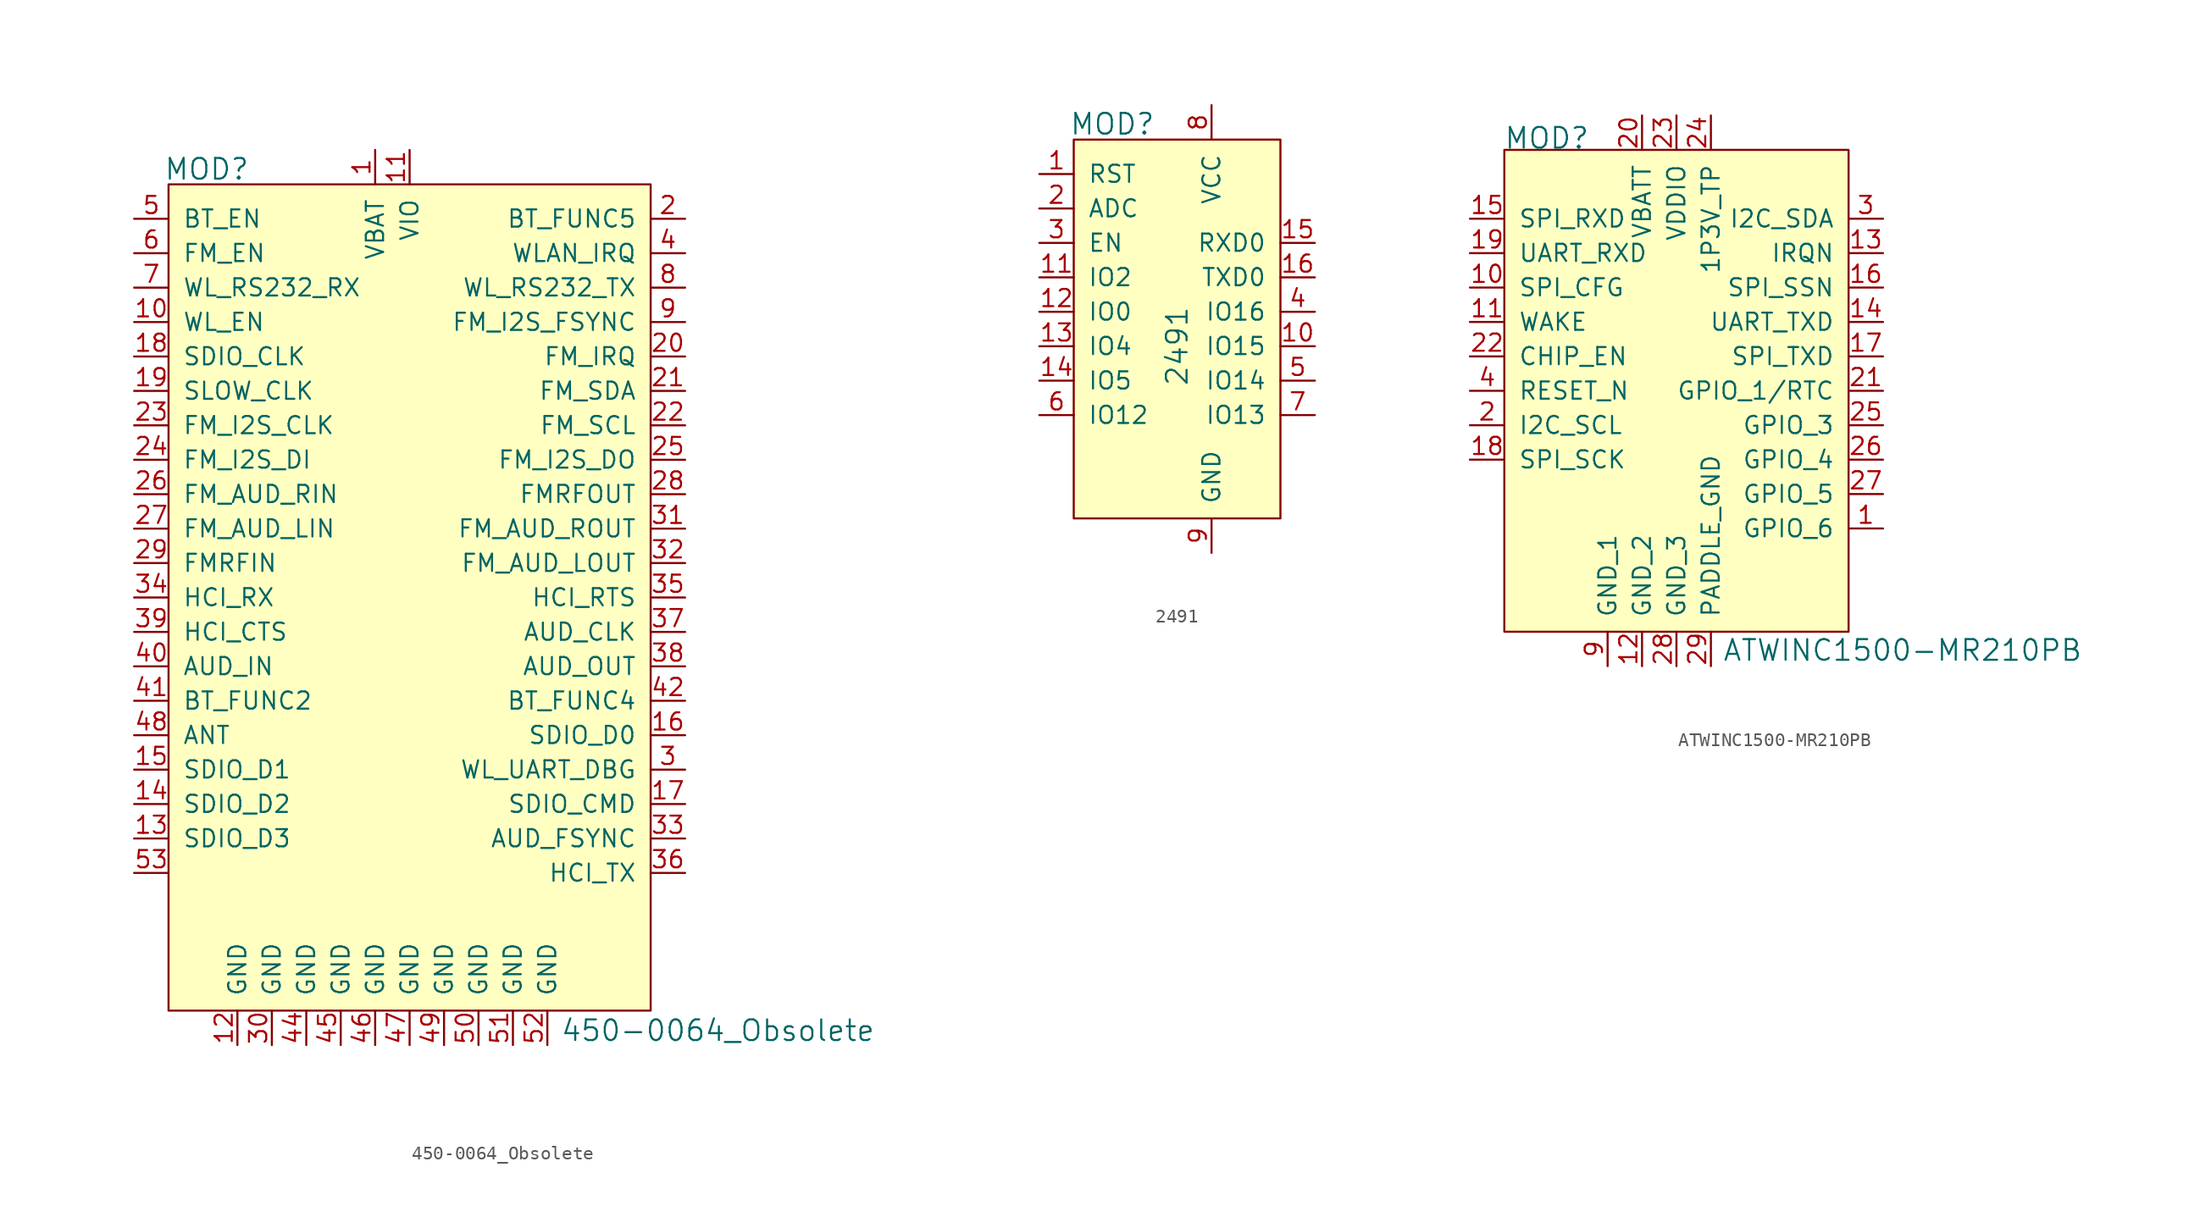
<source format=kicad_sym>
(kicad_symbol_lib
  (version 20220914)
  (generator kicad_symbol_editor)
  (symbol "450-0064_Obsolete"
    (pin_names
      (offset 1.016))
    (property "Reference" "MOD"
      (at -14.961 18.898 0)
      (effects (font (size 1.524 1.524))))
    (property "Value" "450-0064_Obsolete"
      (at 11.1 -44.653 0)
      (effects (font (size 1.524 1.524)) (justify left)))
    (symbol "450-0064_Obsolete_0_1"
      (rectangle (start -17.78 17.78) (end 17.78 -43.18) (stroke (width 0) (type solid)) (fill (type background))))
    (symbol "450-0064_Obsolete_1_1"
      (pin power_in line (at -2.54 20.32 270) (length 2.54) (name "VBAT" (effects (font (size 1.27 1.27)))) (number "1" (effects (font (size 1.27 1.27)))))
      (pin input line (at -20.32 7.62 0) (length 2.54) (name "WL_EN" (effects (font (size 1.27 1.27)))) (number "10" (effects (font (size 1.27 1.27)))))
      (pin power_in line (at 0 20.32 270) (length 2.54) (name "VIO" (effects (font (size 1.27 1.27)))) (number "11" (effects (font (size 1.27 1.27)))))
      (pin power_in line (at -12.7 -45.72 90) (length 2.54) (name "GND" (effects (font (size 1.27 1.27)))) (number "12" (effects (font (size 1.27 1.27)))))
      (pin bidirectional line (at -20.32 -30.48 0) (length 2.54) (name "SDIO_D3" (effects (font (size 1.27 1.27)))) (number "13" (effects (font (size 1.27 1.27)))))
      (pin bidirectional line (at -20.32 -27.94 0) (length 2.54) (name "SDIO_D2" (effects (font (size 1.27 1.27)))) (number "14" (effects (font (size 1.27 1.27)))))
      (pin bidirectional line (at -20.32 -25.4 0) (length 2.54) (name "SDIO_D1" (effects (font (size 1.27 1.27)))) (number "15" (effects (font (size 1.27 1.27)))))
      (pin bidirectional line (at 20.32 -22.86 180) (length 2.54) (name "SDIO_D0" (effects (font (size 1.27 1.27)))) (number "16" (effects (font (size 1.27 1.27)))))
      (pin bidirectional line (at 20.32 -27.94 180) (length 2.54) (name "SDIO_CMD" (effects (font (size 1.27 1.27)))) (number "17" (effects (font (size 1.27 1.27)))))
      (pin input line (at -20.32 5.08 0) (length 2.54) (name "SDIO_CLK" (effects (font (size 1.27 1.27)))) (number "18" (effects (font (size 1.27 1.27)))))
      (pin input line (at -20.32 2.54 0) (length 2.54) (name "SLOW_CLK" (effects (font (size 1.27 1.27)))) (number "19" (effects (font (size 1.27 1.27)))))
      (pin output line (at 20.32 15.24 180) (length 2.54) (name "BT_FUNC5" (effects (font (size 1.27 1.27)))) (number "2" (effects (font (size 1.27 1.27)))))
      (pin output line (at 20.32 5.08 180) (length 2.54) (name "FM_IRQ" (effects (font (size 1.27 1.27)))) (number "20" (effects (font (size 1.27 1.27)))))
      (pin output line (at 20.32 2.54 180) (length 2.54) (name "FM_SDA" (effects (font (size 1.27 1.27)))) (number "21" (effects (font (size 1.27 1.27)))))
      (pin output line (at 20.32 0 180) (length 2.54) (name "FM_SCL" (effects (font (size 1.27 1.27)))) (number "22" (effects (font (size 1.27 1.27)))))
      (pin input line (at -20.32 0 0) (length 2.54) (name "FM_I2S_CLK" (effects (font (size 1.27 1.27)))) (number "23" (effects (font (size 1.27 1.27)))))
      (pin input line (at -20.32 -2.54 0) (length 2.54) (name "FM_I2S_DI" (effects (font (size 1.27 1.27)))) (number "24" (effects (font (size 1.27 1.27)))))
      (pin output line (at 20.32 -2.54 180) (length 2.54) (name "FM_I2S_DO" (effects (font (size 1.27 1.27)))) (number "25" (effects (font (size 1.27 1.27)))))
      (pin input line (at -20.32 -5.08 0) (length 2.54) (name "FM_AUD_RIN" (effects (font (size 1.27 1.27)))) (number "26" (effects (font (size 1.27 1.27)))))
      (pin input line (at -20.32 -7.62 0) (length 2.54) (name "FM_AUD_LIN" (effects (font (size 1.27 1.27)))) (number "27" (effects (font (size 1.27 1.27)))))
      (pin output line (at 20.32 -5.08 180) (length 2.54) (name "FMRFOUT" (effects (font (size 1.27 1.27)))) (number "28" (effects (font (size 1.27 1.27)))))
      (pin input line (at -20.32 -10.16 0) (length 2.54) (name "FMRFIN" (effects (font (size 1.27 1.27)))) (number "29" (effects (font (size 1.27 1.27)))))
      (pin bidirectional line (at 20.32 -25.4 180) (length 2.54) (name "WL_UART_DBG" (effects (font (size 1.27 1.27)))) (number "3" (effects (font (size 1.27 1.27)))))
      (pin power_in line (at -10.16 -45.72 90) (length 2.54) (name "GND" (effects (font (size 1.27 1.27)))) (number "30" (effects (font (size 1.27 1.27)))))
      (pin output line (at 20.32 -7.62 180) (length 2.54) (name "FM_AUD_ROUT" (effects (font (size 1.27 1.27)))) (number "31" (effects (font (size 1.27 1.27)))))
      (pin output line (at 20.32 -10.16 180) (length 2.54) (name "FM_AUD_LOUT" (effects (font (size 1.27 1.27)))) (number "32" (effects (font (size 1.27 1.27)))))
      (pin bidirectional line (at 20.32 -30.48 180) (length 2.54) (name "AUD_FSYNC" (effects (font (size 1.27 1.27)))) (number "33" (effects (font (size 1.27 1.27)))))
      (pin input line (at -20.32 -12.7 0) (length 2.54) (name "HCI_RX" (effects (font (size 1.27 1.27)))) (number "34" (effects (font (size 1.27 1.27)))))
      (pin output line (at 20.32 -12.7 180) (length 2.54) (name "HCI_RTS" (effects (font (size 1.27 1.27)))) (number "35" (effects (font (size 1.27 1.27)))))
      (pin bidirectional line (at 20.32 -33.02 180) (length 2.54) (name "HCI_TX" (effects (font (size 1.27 1.27)))) (number "36" (effects (font (size 1.27 1.27)))))
      (pin output line (at 20.32 -15.24 180) (length 2.54) (name "AUD_CLK" (effects (font (size 1.27 1.27)))) (number "37" (effects (font (size 1.27 1.27)))))
      (pin output line (at 20.32 -17.78 180) (length 2.54) (name "AUD_OUT" (effects (font (size 1.27 1.27)))) (number "38" (effects (font (size 1.27 1.27)))))
      (pin input line (at -20.32 -15.24 0) (length 2.54) (name "HCI_CTS" (effects (font (size 1.27 1.27)))) (number "39" (effects (font (size 1.27 1.27)))))
      (pin output line (at 20.32 12.7 180) (length 2.54) (name "WLAN_IRQ" (effects (font (size 1.27 1.27)))) (number "4" (effects (font (size 1.27 1.27)))))
      (pin input line (at -20.32 -17.78 0) (length 2.54) (name "AUD_IN" (effects (font (size 1.27 1.27)))) (number "40" (effects (font (size 1.27 1.27)))))
      (pin input line (at -20.32 -20.32 0) (length 2.54) (name "BT_FUNC2" (effects (font (size 1.27 1.27)))) (number "41" (effects (font (size 1.27 1.27)))))
      (pin output line (at 20.32 -20.32 180) (length 2.54) (name "BT_FUNC4" (effects (font (size 1.27 1.27)))) (number "42" (effects (font (size 1.27 1.27)))))
      (pin no_connect line (at 17.78 -35.56 180) (length 2.54) hide (name "VDD_LDO_CLASS_1P5" (effects (font (size 1.27 1.27)))) (number "43" (effects (font (size 1.27 1.27)))))
      (pin power_in line (at -7.62 -45.72 90) (length 2.54) (name "GND" (effects (font (size 1.27 1.27)))) (number "44" (effects (font (size 1.27 1.27)))))
      (pin power_in line (at -5.08 -45.72 90) (length 2.54) (name "GND" (effects (font (size 1.27 1.27)))) (number "45" (effects (font (size 1.27 1.27)))))
      (pin power_in line (at -2.54 -45.72 90) (length 2.54) (name "GND" (effects (font (size 1.27 1.27)))) (number "46" (effects (font (size 1.27 1.27)))))
      (pin power_in line (at 0 -45.72 90) (length 2.54) (name "GND" (effects (font (size 1.27 1.27)))) (number "47" (effects (font (size 1.27 1.27)))))
      (pin bidirectional line (at -20.32 -22.86 0) (length 2.54) (name "ANT" (effects (font (size 1.27 1.27)))) (number "48" (effects (font (size 1.27 1.27)))))
      (pin power_in line (at 2.54 -45.72 90) (length 2.54) (name "GND" (effects (font (size 1.27 1.27)))) (number "49" (effects (font (size 1.27 1.27)))))
      (pin input line (at -20.32 15.24 0) (length 2.54) (name "BT_EN" (effects (font (size 1.27 1.27)))) (number "5" (effects (font (size 1.27 1.27)))))
      (pin power_in line (at 5.08 -45.72 90) (length 2.54) (name "GND" (effects (font (size 1.27 1.27)))) (number "50" (effects (font (size 1.27 1.27)))))
      (pin power_in line (at 7.62 -45.72 90) (length 2.54) (name "GND" (effects (font (size 1.27 1.27)))) (number "51" (effects (font (size 1.27 1.27)))))
      (pin power_in line (at 10.16 -45.72 90) (length 2.54) (name "GND" (effects (font (size 1.27 1.27)))) (number "52" (effects (font (size 1.27 1.27)))))
      (pin unspecified line (at -20.32 -33.02 0) (length 2.54) (name "~" (effects (font (size 1.27 1.27)))) (number "53" (effects (font (size 1.27 1.27)))))
      (pin input line (at -20.32 12.7 0) (length 2.54) (name "FM_EN" (effects (font (size 1.27 1.27)))) (number "6" (effects (font (size 1.27 1.27)))))
      (pin input line (at -20.32 10.16 0) (length 2.54) (name "WL_RS232_RX" (effects (font (size 1.27 1.27)))) (number "7" (effects (font (size 1.27 1.27)))))
      (pin output line (at 20.32 10.16 180) (length 2.54) (name "WL_RS232_TX" (effects (font (size 1.27 1.27)))) (number "8" (effects (font (size 1.27 1.27)))))
      (pin output line (at 20.32 7.62 180) (length 2.54) (name "FM_I2S_FSYNC" (effects (font (size 1.27 1.27)))) (number "9" (effects (font (size 1.27 1.27)))))))
  (symbol "2491"
    (pin_names
      (offset 1.016))
    (property "Reference" "MOD"
      (at -7.315 8.763 0)
      (effects (font (size 1.524 1.524))))
    (property "Value" "2491"
      (at -2.54 -7.62 90)
      (effects (font (size 1.524 1.524))))
    (symbol "2491_0_1"
      (rectangle (start -10.16 7.62) (end 5.08 -20.32) (stroke (width 0) (type solid)) (fill (type background))))
    (symbol "2491_1_1"
      (pin input line (at -12.7 5.08 0) (length 2.54) (name "RST" (effects (font (size 1.27 1.27)))) (number "1" (effects (font (size 1.27 1.27)))))
      (pin bidirectional line (at 7.62 -7.62 180) (length 2.54) (name "IO15" (effects (font (size 1.27 1.27)))) (number "10" (effects (font (size 1.27 1.27)))))
      (pin bidirectional line (at -12.7 -2.54 0) (length 2.54) (name "IO2" (effects (font (size 1.27 1.27)))) (number "11" (effects (font (size 1.27 1.27)))))
      (pin bidirectional line (at -12.7 -5.08 0) (length 2.54) (name "IO0" (effects (font (size 1.27 1.27)))) (number "12" (effects (font (size 1.27 1.27)))))
      (pin bidirectional line (at -12.7 -7.62 0) (length 2.54) (name "IO4" (effects (font (size 1.27 1.27)))) (number "13" (effects (font (size 1.27 1.27)))))
      (pin bidirectional line (at -12.7 -10.16 0) (length 2.54) (name "IO5" (effects (font (size 1.27 1.27)))) (number "14" (effects (font (size 1.27 1.27)))))
      (pin output line (at 7.62 0 180) (length 2.54) (name "RXD0" (effects (font (size 1.27 1.27)))) (number "15" (effects (font (size 1.27 1.27)))))
      (pin output line (at 7.62 -2.54 180) (length 2.54) (name "TXD0" (effects (font (size 1.27 1.27)))) (number "16" (effects (font (size 1.27 1.27)))))
      (pin input line (at -12.7 2.54 0) (length 2.54) (name "ADC" (effects (font (size 1.27 1.27)))) (number "2" (effects (font (size 1.27 1.27)))))
      (pin input line (at -12.7 0 0) (length 2.54) (name "EN" (effects (font (size 1.27 1.27)))) (number "3" (effects (font (size 1.27 1.27)))))
      (pin bidirectional line (at 7.62 -5.08 180) (length 2.54) (name "IO16" (effects (font (size 1.27 1.27)))) (number "4" (effects (font (size 1.27 1.27)))))
      (pin bidirectional line (at 7.62 -10.16 180) (length 2.54) (name "IO14" (effects (font (size 1.27 1.27)))) (number "5" (effects (font (size 1.27 1.27)))))
      (pin bidirectional line (at -12.7 -12.7 0) (length 2.54) (name "IO12" (effects (font (size 1.27 1.27)))) (number "6" (effects (font (size 1.27 1.27)))))
      (pin bidirectional line (at 7.62 -12.7 180) (length 2.54) (name "IO13" (effects (font (size 1.27 1.27)))) (number "7" (effects (font (size 1.27 1.27)))))
      (pin power_in line (at 0 10.16 270) (length 2.54) (name "VCC" (effects (font (size 1.27 1.27)))) (number "8" (effects (font (size 1.27 1.27)))))
      (pin power_in line (at 0 -22.86 90) (length 2.54) (name "GND" (effects (font (size 1.27 1.27)))) (number "9" (effects (font (size 1.27 1.27)))))))
  (symbol "ATWINC1500-MR210PB"
    (pin_names
      (offset 1.016))
    (property "Reference" "MOD"
      (at -15.291 18.644 0)
      (effects (font (size 1.524 1.524)) (justify left)))
    (property "Value" "ATWINC1500-MR210PB"
      (at 0.838 -19.152 0)
      (effects (font (size 1.524 1.524)) (justify left)))
    (symbol "ATWINC1500-MR210PB_0_1"
      (rectangle (start 10.16 17.78) (end -15.24 -17.78) (stroke (width 0) (type solid)) (fill (type background))))
    (symbol "ATWINC1500-MR210PB_1_1"
      (pin bidirectional line (at 12.7 -10.16 180) (length 2.54) (name "GPIO_6" (effects (font (size 1.27 1.27)))) (number "1" (effects (font (size 1.27 1.27)))))
      (pin input line (at -17.78 7.62 0) (length 2.54) (name "SPI_CFG" (effects (font (size 1.27 1.27)))) (number "10" (effects (font (size 1.27 1.27)))))
      (pin input line (at -17.78 5.08 0) (length 2.54) (name "WAKE" (effects (font (size 1.27 1.27)))) (number "11" (effects (font (size 1.27 1.27)))))
      (pin power_in line (at -5.08 -20.32 90) (length 2.54) (name "GND_2" (effects (font (size 1.27 1.27)))) (number "12" (effects (font (size 1.27 1.27)))))
      (pin output line (at 12.7 10.16 180) (length 2.54) (name "IRQN" (effects (font (size 1.27 1.27)))) (number "13" (effects (font (size 1.27 1.27)))))
      (pin output line (at 12.7 5.08 180) (length 2.54) (name "UART_TXD" (effects (font (size 1.27 1.27)))) (number "14" (effects (font (size 1.27 1.27)))))
      (pin bidirectional line (at -17.78 12.7 0) (length 2.54) (name "SPI_RXD" (effects (font (size 1.27 1.27)))) (number "15" (effects (font (size 1.27 1.27)))))
      (pin bidirectional line (at 12.7 7.62 180) (length 2.54) (name "SPI_SSN" (effects (font (size 1.27 1.27)))) (number "16" (effects (font (size 1.27 1.27)))))
      (pin bidirectional line (at 12.7 2.54 180) (length 2.54) (name "SPI_TXD" (effects (font (size 1.27 1.27)))) (number "17" (effects (font (size 1.27 1.27)))))
      (pin input line (at -17.78 -5.08 0) (length 2.54) (name "SPI_SCK" (effects (font (size 1.27 1.27)))) (number "18" (effects (font (size 1.27 1.27)))))
      (pin input line (at -17.78 10.16 0) (length 2.54) (name "UART_RXD" (effects (font (size 1.27 1.27)))) (number "19" (effects (font (size 1.27 1.27)))))
      (pin input line (at -17.78 -2.54 0) (length 2.54) (name "I2C_SCL" (effects (font (size 1.27 1.27)))) (number "2" (effects (font (size 1.27 1.27)))))
      (pin power_in line (at -5.08 20.32 270) (length 2.54) (name "VBATT" (effects (font (size 1.27 1.27)))) (number "20" (effects (font (size 1.27 1.27)))))
      (pin bidirectional line (at 12.7 0 180) (length 2.54) (name "GPIO_1/RTC" (effects (font (size 1.27 1.27)))) (number "21" (effects (font (size 1.27 1.27)))))
      (pin input line (at -17.78 2.54 0) (length 2.54) (name "CHIP_EN" (effects (font (size 1.27 1.27)))) (number "22" (effects (font (size 1.27 1.27)))))
      (pin power_in line (at -2.54 20.32 270) (length 2.54) (name "VDDIO" (effects (font (size 1.27 1.27)))) (number "23" (effects (font (size 1.27 1.27)))))
      (pin power_in line (at 0 20.32 270) (length 2.54) (name "1P3V_TP" (effects (font (size 1.27 1.27)))) (number "24" (effects (font (size 1.27 1.27)))))
      (pin bidirectional line (at 12.7 -2.54 180) (length 2.54) (name "GPIO_3" (effects (font (size 1.27 1.27)))) (number "25" (effects (font (size 1.27 1.27)))))
      (pin bidirectional line (at 12.7 -5.08 180) (length 2.54) (name "GPIO_4" (effects (font (size 1.27 1.27)))) (number "26" (effects (font (size 1.27 1.27)))))
      (pin bidirectional line (at 12.7 -7.62 180) (length 2.54) (name "GPIO_5" (effects (font (size 1.27 1.27)))) (number "27" (effects (font (size 1.27 1.27)))))
      (pin power_in line (at -2.54 -20.32 90) (length 2.54) (name "GND_3" (effects (font (size 1.27 1.27)))) (number "28" (effects (font (size 1.27 1.27)))))
      (pin power_in line (at 0 -20.32 90) (length 2.54) (name "PADDLE_GND" (effects (font (size 1.27 1.27)))) (number "29" (effects (font (size 1.27 1.27)))))
      (pin bidirectional line (at 12.7 12.7 180) (length 2.54) (name "I2C_SDA" (effects (font (size 1.27 1.27)))) (number "3" (effects (font (size 1.27 1.27)))))
      (pin input line (at -17.78 0 0) (length 2.54) (name "RESET_N" (effects (font (size 1.27 1.27)))) (number "4" (effects (font (size 1.27 1.27)))))
      (pin no_connect line (at 10.16 -12.7 180) (length 2.54) hide (name "NC" (effects (font (size 1.27 1.27)))) (number "5" (effects (font (size 1.27 1.27)))))
      (pin no_connect line (at -15.24 -12.7 0) (length 2.54) hide (name "NC" (effects (font (size 1.27 1.27)))) (number "6" (effects (font (size 1.27 1.27)))))
      (pin no_connect line (at -15.24 -10.16 0) (length 2.54) hide (name "NC" (effects (font (size 1.27 1.27)))) (number "7" (effects (font (size 1.27 1.27)))))
      (pin no_connect line (at -15.24 -7.62 0) (length 2.54) hide (name "NC" (effects (font (size 1.27 1.27)))) (number "8" (effects (font (size 1.27 1.27)))))
      (pin power_in line (at -7.62 -20.32 90) (length 2.54) (name "GND_1" (effects (font (size 1.27 1.27)))) (number "9" (effects (font (size 1.27 1.27))))))))
</source>
